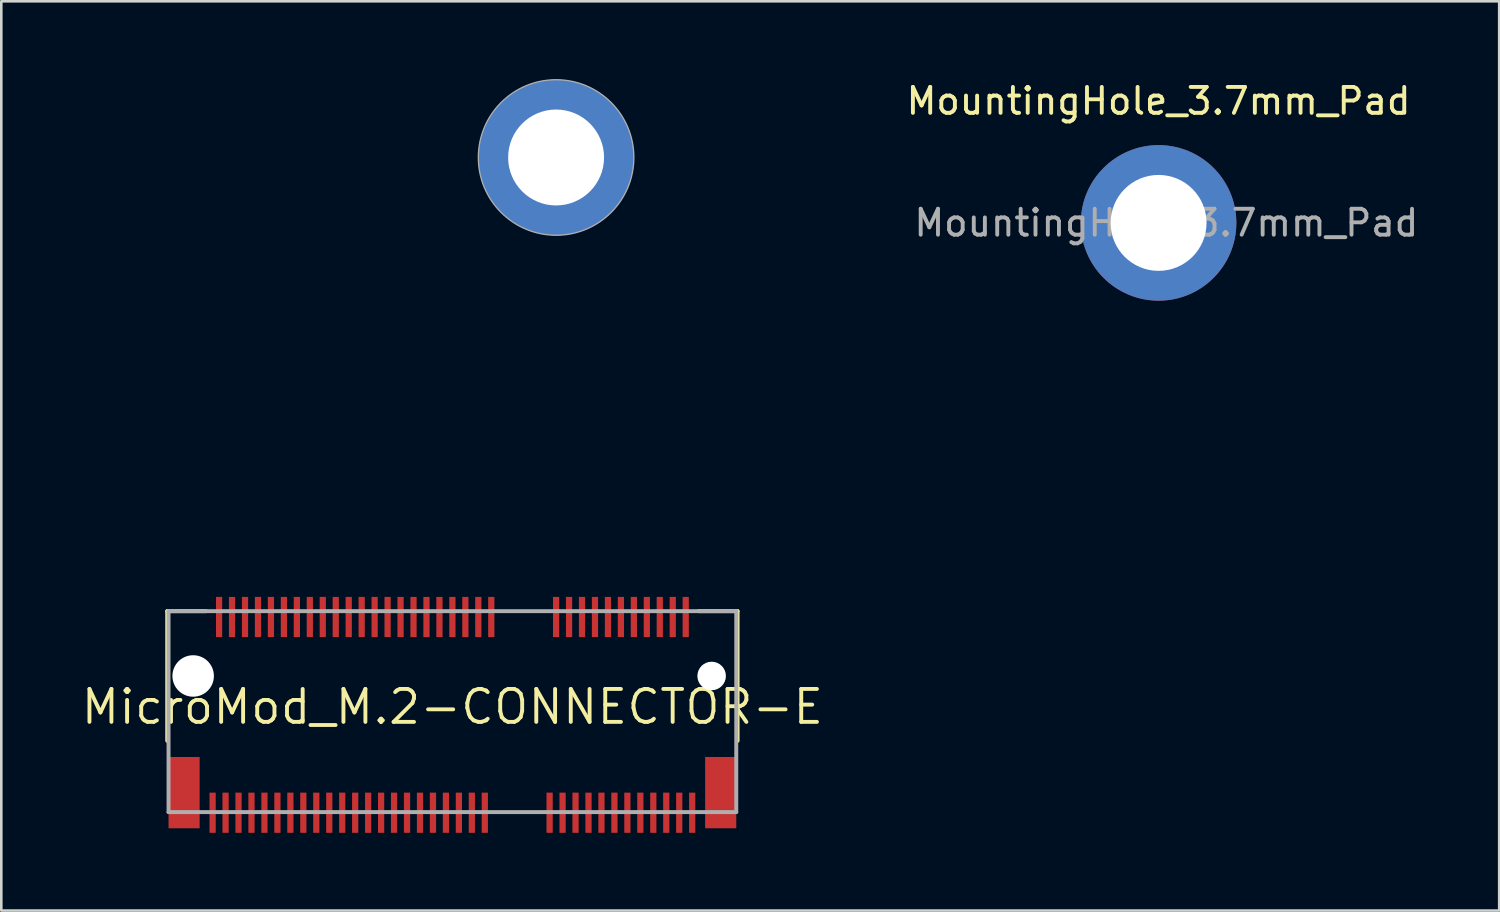
<source format=kicad_pcb>
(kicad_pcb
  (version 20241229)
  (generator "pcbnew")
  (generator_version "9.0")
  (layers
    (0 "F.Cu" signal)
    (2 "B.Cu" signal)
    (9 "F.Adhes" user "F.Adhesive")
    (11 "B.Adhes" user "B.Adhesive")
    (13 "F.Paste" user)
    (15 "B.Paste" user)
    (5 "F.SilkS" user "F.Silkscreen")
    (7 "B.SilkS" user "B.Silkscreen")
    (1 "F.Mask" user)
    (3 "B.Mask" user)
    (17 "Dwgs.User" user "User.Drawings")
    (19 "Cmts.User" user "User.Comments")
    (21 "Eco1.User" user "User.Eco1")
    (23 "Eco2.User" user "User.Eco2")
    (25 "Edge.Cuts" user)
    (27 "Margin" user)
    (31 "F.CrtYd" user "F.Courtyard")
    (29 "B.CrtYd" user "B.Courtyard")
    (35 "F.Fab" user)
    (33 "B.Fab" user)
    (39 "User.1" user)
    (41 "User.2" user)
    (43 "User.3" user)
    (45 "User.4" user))
  (footprint "MicroMod_M.2-CONNECTOR-E"
    (layer "F.Cu")
    (at 14.401 23.025)
    (property "Reference" "MicroMod_M.2-CONNECTOR-E" (at 0 1.191 0) (layer "F.SilkS") (effects (font (size 1.27 1.27) (thickness 0.15))))
    (fp_line (start -11 2.5) (end -11 -2.5) (stroke (width 0.152) (type solid)) (layer "F.SilkS"))
    (fp_line (start -9.5 -2.5) (end -11 -2.5) (stroke (width 0.152) (type solid)) (layer "F.SilkS"))
    (fp_line (start 11 -2.5) (end 9.5 -2.5) (stroke (width 0.152) (type solid)) (layer "F.SilkS"))
    (fp_line (start 11 2.5) (end 11 -2.5) (stroke (width 0.152) (type solid)) (layer "F.SilkS"))
    (fp_line (start -11 -19) (end -11 -3.6) (stroke (width 0.05) (type solid)) (layer "Eco2.User"))
    (fp_line (start -10 -20) (end 10 -20) (stroke (width 0.051) (type solid)) (layer "Eco2.User"))
    (fp_line (start -9.925 -2.5) (end -9.925 1) (stroke (width 0.051) (type solid)) (layer "Eco2.User"))
    (fp_line (start -9.925 1) (end -3.225 1) (stroke (width 0.051) (type solid)) (layer "Eco2.User"))
    (fp_line (start -3.225 -1.9) (end -3.225 1) (stroke (width 0.051) (type solid)) (layer "Eco2.User"))
    (fp_line (start -2.025 -1.9) (end -2.025 1) (stroke (width 0.051) (type solid)) (layer "Eco2.User"))
    (fp_line (start -2.025 1) (end 9.925 1) (stroke (width 0.051) (type solid)) (layer "Eco2.User"))
    (fp_line (start 9.925 1) (end 9.925 -2.5) (stroke (width 0.051) (type solid)) (layer "Eco2.User"))
    (fp_line (start 11 -19) (end 11 -3.6) (stroke (width 0.051) (type solid)) (layer "Eco2.User"))
    (fp_arc (start -11 -19) (mid -10.699985 -19.699985) (end -10 -20) (stroke (width 0.05) (type solid)) (layer "Eco2.User"))
    (fp_arc (start -10.4 -3) (mid -10.819361 -3.180638) (end -10.999999 -3.599999) (stroke (width 0.05) (type solid)) (layer "Eco2.User"))
    (fp_arc (start -10.4 -3) (mid -10.065344 -2.842298) (end -9.925 -2.5) (stroke (width 0.0508) (type solid)) (layer "Eco2.User"))
    (fp_arc (start -3.225 -1.9) (mid -2.625 -2.5) (end -2.025 -1.9) (stroke (width 0.0508) (type solid)) (layer "Eco2.User"))
    (fp_arc (start 9.925 -2.5) (mid 10.066759 -2.840954) (end 10.4 -3) (stroke (width 0.0508) (type solid)) (layer "Eco2.User"))
    (fp_arc (start 10 -20) (mid 10.7 -19.7) (end 11 -19) (stroke (width 0.05) (type solid)) (layer "Eco2.User"))
    (fp_arc (start 11 -3.6) (mid 10.819362 -3.180638) (end 10.400001 -2.999999) (stroke (width 0.05) (type solid)) (layer "Eco2.User"))
    (fp_line (start -10.95 -2.5) (end -10.95 5.25) (stroke (width 0.152) (type solid)) (layer "F.Fab"))
    (fp_line (start -10.95 5.25) (end 10.95 5.25) (stroke (width 0.152) (type solid)) (layer "F.Fab"))
    (fp_line (start 10.95 -2.5) (end -10.95 -2.5) (stroke (width 0.152) (type solid)) (layer "F.Fab"))
    (fp_line (start 10.95 5.25) (end 10.95 -2.5) (stroke (width 0.152) (type solid)) (layer "F.Fab"))
    (fp_circle (center 4 -20) (end 7 -20) (stroke (width 0.05) (type solid)) (fill no) (layer "F.Fab"))
    (pad "" np_thru_hole circle (at -10 0) (size 1.6 1.6) (drill 1.6) (layers "*.Cu" "*.Mask"))
    (pad "" np_thru_hole circle (at 10 0) (size 1.1 1.1) (drill 1.1) (layers "*.Cu" "*.Mask"))
    (pad "1" smd rect (at 9.25 5.275 180) (size 0.24 1.55) (layers "F.Cu" "F.Mask" "F.Paste"))
    (pad "2" smd rect (at 9 -2.275 180) (size 0.24 1.55) (layers "F.Cu" "F.Mask" "F.Paste"))
    (pad "3" smd rect (at 8.75 5.275 180) (size 0.24 1.55) (layers "F.Cu" "F.Mask" "F.Paste"))
    (pad "4" smd rect (at 8.5 -2.275 180) (size 0.24 1.55) (layers "F.Cu" "F.Mask" "F.Paste"))
    (pad "5" smd rect (at 8.25 5.275 180) (size 0.24 1.55) (layers "F.Cu" "F.Mask" "F.Paste"))
    (pad "6" smd rect (at 8 -2.275 180) (size 0.24 1.55) (layers "F.Cu" "F.Mask" "F.Paste"))
    (pad "7" smd rect (at 7.75 5.275 180) (size 0.24 1.55) (layers "F.Cu" "F.Mask" "F.Paste"))
    (pad "8" smd rect (at 7.5 -2.275 180) (size 0.24 1.55) (layers "F.Cu" "F.Mask" "F.Paste"))
    (pad "9" smd rect (at 7.25 5.275 180) (size 0.24 1.55) (layers "F.Cu" "F.Mask" "F.Paste"))
    (pad "10" smd rect (at 7 -2.275 180) (size 0.24 1.55) (layers "F.Cu" "F.Mask" "F.Paste"))
    (pad "11" smd rect (at 6.75 5.275 180) (size 0.24 1.55) (layers "F.Cu" "F.Mask" "F.Paste"))
    (pad "12" smd rect (at 6.5 -2.275 180) (size 0.24 1.55) (layers "F.Cu" "F.Mask" "F.Paste"))
    (pad "13" smd rect (at 6.25 5.275 180) (size 0.24 1.55) (layers "F.Cu" "F.Mask" "F.Paste"))
    (pad "14" smd rect (at 6 -2.275 180) (size 0.24 1.55) (layers "F.Cu" "F.Mask" "F.Paste"))
    (pad "15" smd rect (at 5.75 5.275 180) (size 0.24 1.55) (layers "F.Cu" "F.Mask" "F.Paste"))
    (pad "16" smd rect (at 5.5 -2.275 180) (size 0.24 1.55) (layers "F.Cu" "F.Mask" "F.Paste"))
    (pad "17" smd rect (at 5.25 5.275 180) (size 0.24 1.55) (layers "F.Cu" "F.Mask" "F.Paste"))
    (pad "18" smd rect (at 5 -2.275 180) (size 0.24 1.55) (layers "F.Cu" "F.Mask" "F.Paste"))
    (pad "19" smd rect (at 4.75 5.275 180) (size 0.24 1.55) (layers "F.Cu" "F.Mask" "F.Paste"))
    (pad "20" smd rect (at 4.5 -2.275 180) (size 0.24 1.55) (layers "F.Cu" "F.Mask" "F.Paste"))
    (pad "21" smd rect (at 4.25 5.275 180) (size 0.24 1.55) (layers "F.Cu" "F.Mask" "F.Paste"))
    (pad "22" smd rect (at 4 -2.275 180) (size 0.24 1.55) (layers "F.Cu" "F.Mask" "F.Paste"))
    (pad "23" smd rect (at 3.75 5.275 180) (size 0.24 1.55) (layers "F.Cu" "F.Mask" "F.Paste"))
    (pad "32" smd rect (at 1.5 -2.275 180) (size 0.24 1.55) (layers "F.Cu" "F.Mask" "F.Paste"))
    (pad "33" smd rect (at 1.25 5.275 180) (size 0.24 1.55) (layers "F.Cu" "F.Mask" "F.Paste"))
    (pad "34" smd rect (at 1 -2.275 180) (size 0.24 1.55) (layers "F.Cu" "F.Mask" "F.Paste"))
    (pad "35" smd rect (at 0.75 5.275 180) (size 0.24 1.55) (layers "F.Cu" "F.Mask" "F.Paste"))
    (pad "36" smd rect (at 0.5 -2.275 180) (size 0.24 1.55) (layers "F.Cu" "F.Mask" "F.Paste"))
    (pad "37" smd rect (at 0.25 5.275 180) (size 0.24 1.55) (layers "F.Cu" "F.Mask" "F.Paste"))
    (pad "38" smd rect (at 0 -2.275 180) (size 0.24 1.55) (layers "F.Cu" "F.Mask" "F.Paste"))
    (pad "39" smd rect (at -0.25 5.275 180) (size 0.24 1.55) (layers "F.Cu" "F.Mask" "F.Paste"))
    (pad "40" smd rect (at -0.5 -2.275 180) (size 0.24 1.55) (layers "F.Cu" "F.Mask" "F.Paste"))
    (pad "41" smd rect (at -0.75 5.275 180) (size 0.24 1.55) (layers "F.Cu" "F.Mask" "F.Paste"))
    (pad "42" smd rect (at -1 -2.275 180) (size 0.24 1.55) (layers "F.Cu" "F.Mask" "F.Paste"))
    (pad "43" smd rect (at -1.25 5.275 180) (size 0.24 1.55) (layers "F.Cu" "F.Mask" "F.Paste"))
    (pad "44" smd rect (at -1.5 -2.275 180) (size 0.24 1.55) (layers "F.Cu" "F.Mask" "F.Paste"))
    (pad "45" smd rect (at -1.75 5.275 180) (size 0.24 1.55) (layers "F.Cu" "F.Mask" "F.Paste"))
    (pad "46" smd rect (at -2 -2.275 180) (size 0.24 1.55) (layers "F.Cu" "F.Mask" "F.Paste"))
    (pad "47" smd rect (at -2.25 5.275 180) (size 0.24 1.55) (layers "F.Cu" "F.Mask" "F.Paste"))
    (pad "48" smd rect (at -2.5 -2.275 180) (size 0.24 1.55) (layers "F.Cu" "F.Mask" "F.Paste"))
    (pad "49" smd rect (at -2.75 5.275 180) (size 0.24 1.55) (layers "F.Cu" "F.Mask" "F.Paste"))
    (pad "50" smd rect (at -3 -2.275 180) (size 0.24 1.55) (layers "F.Cu" "F.Mask" "F.Paste"))
    (pad "51" smd rect (at -3.25 5.275 180) (size 0.24 1.55) (layers "F.Cu" "F.Mask" "F.Paste"))
    (pad "52" smd rect (at -3.5 -2.275 180) (size 0.24 1.55) (layers "F.Cu" "F.Mask" "F.Paste"))
    (pad "53" smd rect (at -3.75 5.275 180) (size 0.24 1.55) (layers "F.Cu" "F.Mask" "F.Paste"))
    (pad "54" smd rect (at -4 -2.275 180) (size 0.24 1.55) (layers "F.Cu" "F.Mask" "F.Paste"))
    (pad "55" smd rect (at -4.25 5.275 180) (size 0.24 1.55) (layers "F.Cu" "F.Mask" "F.Paste"))
    (pad "56" smd rect (at -4.5 -2.275 180) (size 0.24 1.55) (layers "F.Cu" "F.Mask" "F.Paste"))
    (pad "57" smd rect (at -4.75 5.275 180) (size 0.24 1.55) (layers "F.Cu" "F.Mask" "F.Paste"))
    (pad "58" smd rect (at -5 -2.275 180) (size 0.24 1.55) (layers "F.Cu" "F.Mask" "F.Paste"))
    (pad "59" smd rect (at -5.25 5.275 180) (size 0.24 1.55) (layers "F.Cu" "F.Mask" "F.Paste"))
    (pad "60" smd rect (at -5.5 -2.275 180) (size 0.24 1.55) (layers "F.Cu" "F.Mask" "F.Paste"))
    (pad "61" smd rect (at -5.75 5.275 180) (size 0.24 1.55) (layers "F.Cu" "F.Mask" "F.Paste"))
    (pad "62" smd rect (at -6 -2.275 180) (size 0.24 1.55) (layers "F.Cu" "F.Mask" "F.Paste"))
    (pad "63" smd rect (at -6.25 5.275 180) (size 0.24 1.55) (layers "F.Cu" "F.Mask" "F.Paste"))
    (pad "64" smd rect (at -6.5 -2.275 180) (size 0.24 1.55) (layers "F.Cu" "F.Mask" "F.Paste"))
    (pad "65" smd rect (at -6.75 5.275 180) (size 0.24 1.55) (layers "F.Cu" "F.Mask" "F.Paste"))
    (pad "66" smd rect (at -7 -2.275 180) (size 0.24 1.55) (layers "F.Cu" "F.Mask" "F.Paste"))
    (pad "67" smd rect (at -7.25 5.275 180) (size 0.24 1.55) (layers "F.Cu" "F.Mask" "F.Paste"))
    (pad "68" smd rect (at -7.5 -2.275 180) (size 0.24 1.55) (layers "F.Cu" "F.Mask" "F.Paste"))
    (pad "69" smd rect (at -7.75 5.275 180) (size 0.24 1.55) (layers "F.Cu" "F.Mask" "F.Paste"))
    (pad "70" smd rect (at -8 -2.275 180) (size 0.24 1.55) (layers "F.Cu" "F.Mask" "F.Paste"))
    (pad "71" smd rect (at -8.25 5.275 180) (size 0.24 1.55) (layers "F.Cu" "F.Mask" "F.Paste"))
    (pad "72" smd rect (at -8.5 -2.275 180) (size 0.24 1.55) (layers "F.Cu" "F.Mask" "F.Paste"))
    (pad "73" smd rect (at -8.75 5.275 180) (size 0.24 1.55) (layers "F.Cu" "F.Mask" "F.Paste"))
    (pad "74" smd rect (at -9 -2.275 180) (size 0.24 1.55) (layers "F.Cu" "F.Mask" "F.Paste"))
    (pad "75" smd rect (at -9.25 5.275 180) (size 0.24 1.55) (layers "F.Cu" "F.Mask" "F.Paste"))
    (pad "M" smd rect (at -10.35 4.5 180) (size 1.2 2.75) (layers "F.Cu" "F.Mask" "F.Paste"))
    (pad "M" smd rect (at 10.35 4.5 180) (size 1.2 2.75) (layers "F.Cu" "F.Mask" "F.Paste"))
    (pad "S" thru_hole circle (at 4 -20) (size 6 6) (drill 3.7) (layers "*.Cu" "*.Mask")))
  (footprint "MountingHole_3.7mm_Pad"
    (layer "F.Cu")
    (at 41.641 5.548)
    (property "Reference" "MountingHole_3.7mm_Pad" (at 0 -4.7 0) (layer "F.SilkS") (effects (font (size 1 1) (thickness 0.15))))
    (attr exclude_from_pos_files exclude_from_bom)
    (fp_text user "${REFERENCE}" (at 0.3 0 0) (layer "F.Fab") (effects (font (size 1 1) (thickness 0.15))))
    (pad "1" thru_hole circle (at 0 0) (size 6 6) (drill 3.7) (layers "*.Cu" "*.Mask")))
  (gr_rect
    (start -3 -3)
    (end 54.78 32.075)
    (stroke (width 0.1) (type default))
    (fill no)
    (layer "Edge.Cuts")))
</source>
